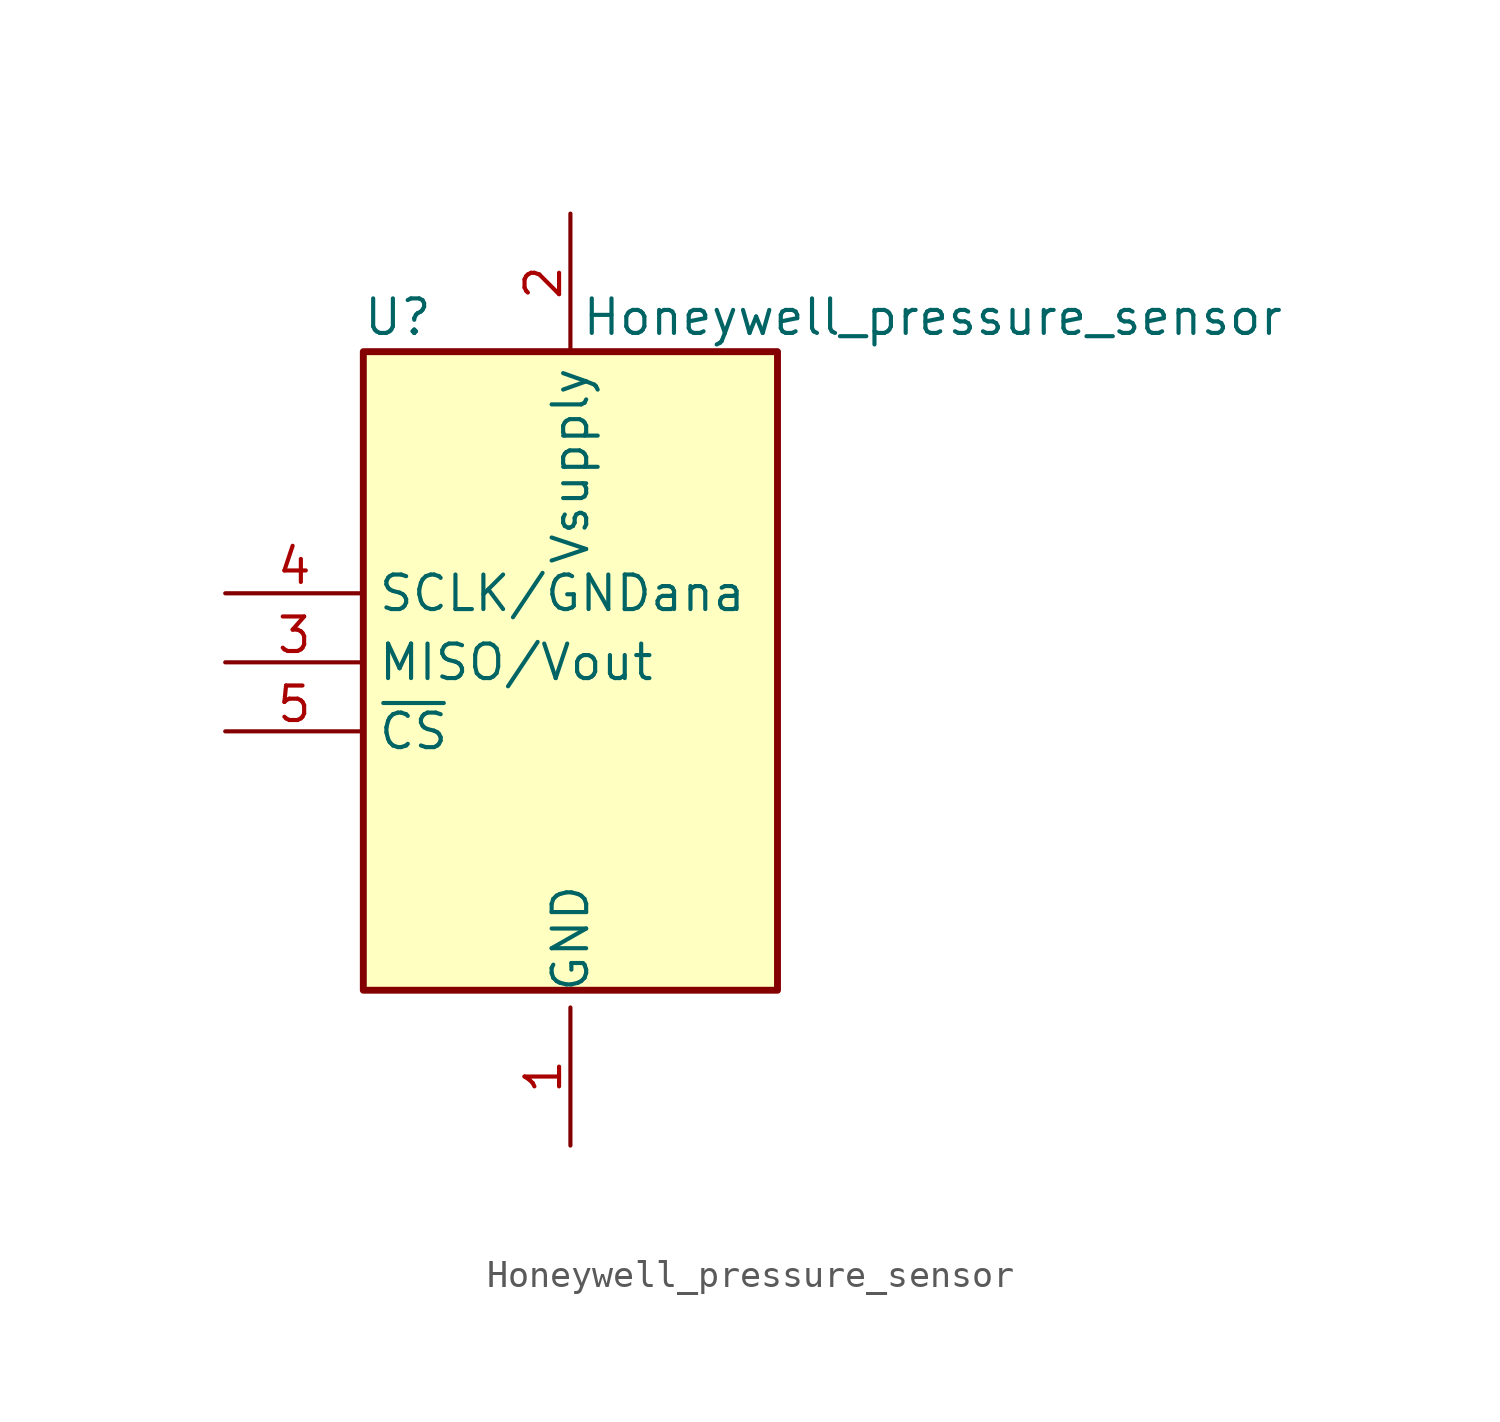
<source format=kicad_sym>
(kicad_symbol_lib
  (version 20201005)
  (generator kicad_symbol_editor)
  (symbol "CTA_symbols:Honeywell_pressure_sensor"
    (property "Reference" "U"
      (at -6.35 12.7 0)
      (effects (font (size 1.27 1.27))))
    (property "Value" "Honeywell_pressure_sensor"
      (at 13.335 12.7 0)
      (effects (font (size 1.27 1.27))))
    (symbol "Honeywell_pressure_sensor_0_1"
      (rectangle (start -7.62 11.43) (end 7.62 -12.065) (stroke (width 0.254)) (fill (type background))))
    (symbol "Honeywell_pressure_sensor_1_1"
      (pin power_in line (at 0 16.51 270) (length 5.08) (name "Vsupply" (effects (font (size 1.27 1.27)))) (number "2" (effects (font (size 1.27 1.27)))))
      (pin no_connect line (at 12.7 0 180) (length 5.08) hide (name "NC" (effects (font (size 1.27 1.27)))) (number "8" (effects (font (size 1.27 1.27)))))
      (pin power_in line (at 0 -17.78 90) (length 5.08) (name "GND" (effects (font (size 1.27 1.27)))) (number "1" (effects (font (size 1.27 1.27)))))
      (pin no_connect line (at 12.7 -5.08 180) (length 5.08) hide (name "NC" (effects (font (size 1.27 1.27)))) (number "6" (effects (font (size 1.27 1.27)))))
      (pin input line (at -12.7 -2.54 0) (length 5.08) (name "~CS" (effects (font (size 1.27 1.27)))) (number "5" (effects (font (size 1.27 1.27)))))
      (pin output line (at -12.7 0 0) (length 5.08) (name "MISO/Vout" (effects (font (size 1.27 1.27)))) (number "3" (effects (font (size 1.27 1.27)))))
      (pin no_connect line (at 12.7 -2.54 180) (length 5.08) hide (name "NC" (effects (font (size 1.27 1.27)))) (number "7" (effects (font (size 1.27 1.27)))))
      (pin input line (at -12.7 2.54 0) (length 5.08) (name "SCLK/GNDana" (effects (font (size 1.27 1.27)))) (number "4" (effects (font (size 1.27 1.27))))))))
</source>
